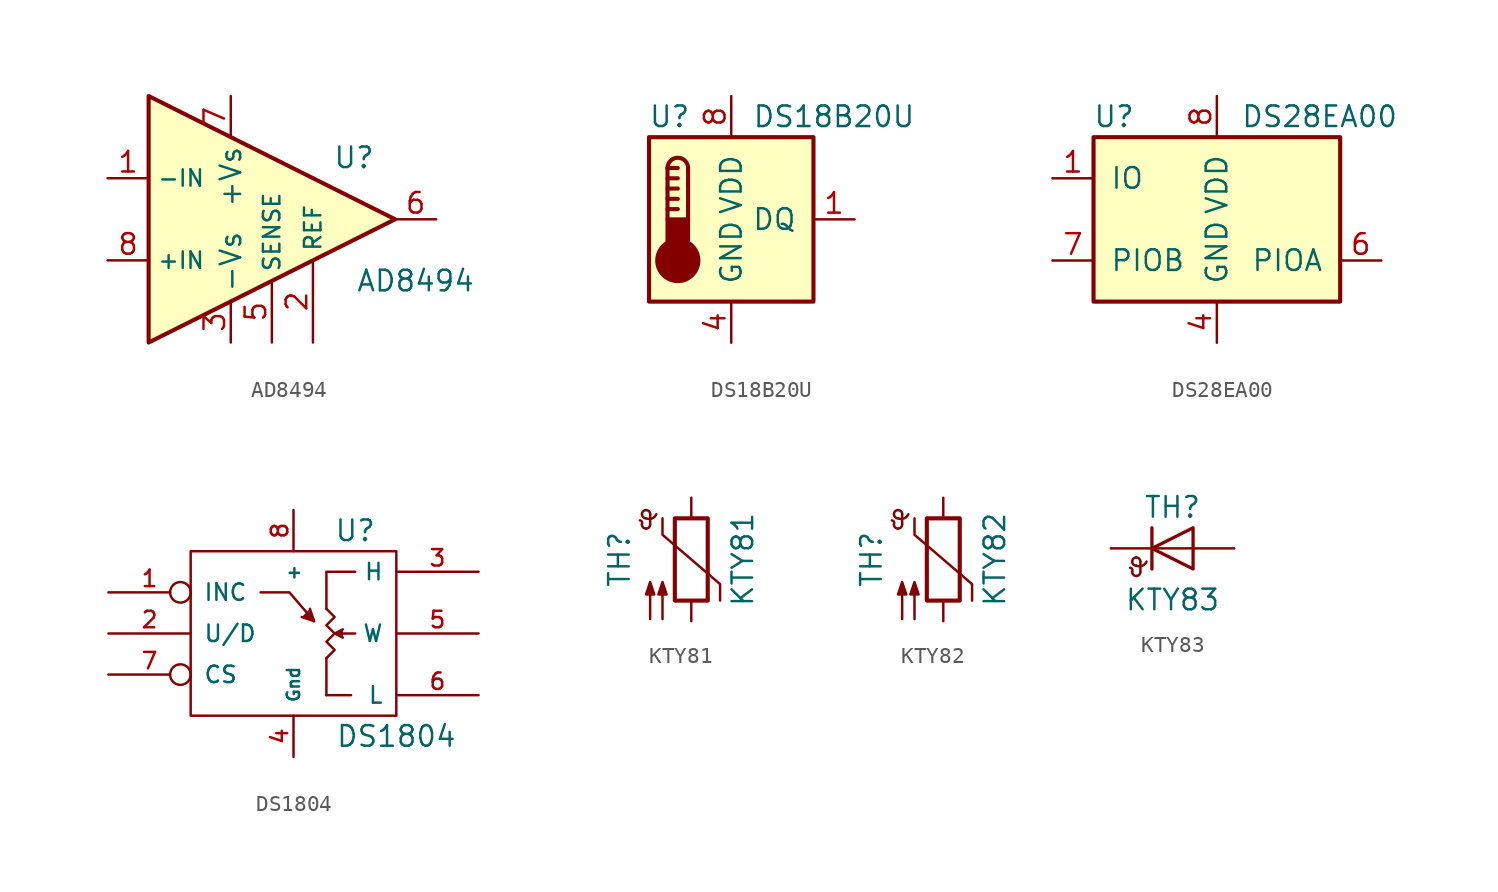
<source format=kicad_sym>
(kicad_symbol_lib
  (version 20201005)
  (generator kicad_symbol_editor)
  (symbol "AD8494"
    (property "Reference" "U"
      (at 5.08 3.81 0)
      (effects (font (size 1.27 1.27))))
    (property "Value" "AD8494"
      (at 8.89 -3.81 0)
      (effects (font (size 1.27 1.27))))
    (symbol "AD8494_0_1"
      (polyline (pts (xy -7.62 7.62) (xy 7.62 0) (xy -7.62 -7.62) (xy -7.62 7.62)) (stroke (width 0.254)) (fill (type background))))
    (symbol "AD8494_1_1"
      (pin input line (at -10.16 2.54 0) (length 2.54) (name "-IN" (effects (font (size 1.016 1.016)))) (number "1" (effects (font (size 1.27 1.27)))))
      (pin input line (at 2.54 -7.62 90) (length 5.08) (name "REF" (effects (font (size 1.016 1.016)))) (number "2" (effects (font (size 1.27 1.27)))))
      (pin power_in line (at -2.54 -7.62 90) (length 2.54) (name "-Vs" (effects (font (size 1.27 1.27)))) (number "3" (effects (font (size 1.27 1.27)))))
      (pin no_connect line (at -5.08 0 180) (length 2.54) hide (name "NC" (effects (font (size 1.27 1.27)))) (number "4" (effects (font (size 1.27 1.27)))))
      (pin passive line (at 0 -7.62 90) (length 3.81) (name "SENSE" (effects (font (size 1.016 1.016)))) (number "5" (effects (font (size 1.27 1.27)))))
      (pin output line (at 10.16 0 180) (length 2.54) (name "~" (effects (font (size 1.27 1.27)))) (number "6" (effects (font (size 1.27 1.27)))))
      (pin power_in line (at -2.54 7.62 270) (length 2.54) (name "+Vs" (effects (font (size 1.27 1.27)))) (number "7" (effects (font (size 1.27 1.27)))))
      (pin input line (at -10.16 -2.54 0) (length 2.54) (name "+IN" (effects (font (size 1.016 1.016)))) (number "8" (effects (font (size 1.27 1.27)))))))
  (symbol "DS18B20U"
    (pin_names
      (offset 1.016))
    (property "Reference" "U"
      (at -3.81 6.35 0)
      (effects (font (size 1.27 1.27))))
    (property "Value" "DS18B20U"
      (at 6.35 6.35 0)
      (effects (font (size 1.27 1.27))))
    (symbol "DS18B20U_0_1"
      (arc (start -2.667 3.175) (end -3.937 3.175) (radius (at -3.302 3.175) (length 0.635) (angles 0.1 179.9)) (stroke (width 0.254)) (fill (type none)))
      (circle (center -3.302 -2.54) (radius 1.27) (stroke (width 0.254)) (fill (type outline)))
      (rectangle (start -5.08 5.08) (end 5.08 -5.08) (stroke (width 0.254)) (fill (type background)))
      (rectangle (start -2.667 -1.905) (end -3.937 0) (stroke (width 0.254)) (fill (type outline)))
      (polyline (pts (xy -3.937 0.635) (xy -3.302 0.635)) (stroke (width 0.254)) (fill (type none)))
      (polyline (pts (xy -3.937 1.27) (xy -3.302 1.27)) (stroke (width 0.254)) (fill (type none)))
      (polyline (pts (xy -3.937 1.905) (xy -3.302 1.905)) (stroke (width 0.254)) (fill (type none)))
      (polyline (pts (xy -3.937 2.54) (xy -3.302 2.54)) (stroke (width 0.254)) (fill (type none)))
      (polyline (pts (xy -3.937 3.175) (xy -3.937 0)) (stroke (width 0.254)) (fill (type none)))
      (polyline (pts (xy -3.937 3.175) (xy -3.302 3.175)) (stroke (width 0.254)) (fill (type none)))
      (polyline (pts (xy -2.667 3.175) (xy -2.667 0)) (stroke (width 0.254)) (fill (type none))))
    (symbol "DS18B20U_1_1"
      (pin bidirectional line (at 7.62 0 180) (length 2.54) (name "DQ" (effects (font (size 1.27 1.27)))) (number "1" (effects (font (size 1.27 1.27)))))
      (pin no_connect line (at -7.62 2.54 0) (length 2.54) hide (name "NC" (effects (font (size 1.27 1.27)))) (number "2" (effects (font (size 1.27 1.27)))))
      (pin no_connect line (at -7.62 0 0) (length 2.54) hide (name "NC" (effects (font (size 1.27 1.27)))) (number "3" (effects (font (size 1.27 1.27)))))
      (pin power_in line (at 0 -7.62 90) (length 2.54) (name "GND" (effects (font (size 1.27 1.27)))) (number "4" (effects (font (size 1.27 1.27)))))
      (pin no_connect line (at -7.62 -2.54 0) (length 2.54) hide (name "NC" (effects (font (size 1.27 1.27)))) (number "5" (effects (font (size 1.27 1.27)))))
      (pin no_connect line (at 7.62 2.54 180) (length 2.54) hide (name "NC" (effects (font (size 1.27 1.27)))) (number "6" (effects (font (size 1.27 1.27)))))
      (pin no_connect line (at 7.62 -2.54 180) (length 2.54) hide (name "NC" (effects (font (size 1.27 1.27)))) (number "7" (effects (font (size 1.27 1.27)))))
      (pin power_in line (at 0 7.62 270) (length 2.54) (name "VDD" (effects (font (size 1.27 1.27)))) (number "8" (effects (font (size 1.27 1.27)))))))
  (symbol "DS28EA00"
    (pin_names
      (offset 1.016))
    (property "Reference" "U"
      (at -6.35 6.35 0)
      (effects (font (size 1.27 1.27))))
    (property "Value" "DS28EA00"
      (at 6.35 6.35 0)
      (effects (font (size 1.27 1.27))))
    (symbol "DS28EA00_0_1"
      (rectangle (start -7.62 5.08) (end 7.62 -5.08) (stroke (width 0.254)) (fill (type background))))
    (symbol "DS28EA00_1_1"
      (pin bidirectional line (at -10.16 2.54 0) (length 2.54) (name "IO" (effects (font (size 1.27 1.27)))) (number "1" (effects (font (size 1.27 1.27)))))
      (pin no_connect line (at -10.16 0 0) (length 2.54) hide (name "NC" (effects (font (size 1.27 1.27)))) (number "2" (effects (font (size 1.27 1.27)))))
      (pin no_connect line (at 10.16 2.54 180) (length 2.54) hide (name "NC" (effects (font (size 1.27 1.27)))) (number "3" (effects (font (size 1.27 1.27)))))
      (pin power_in line (at 0 -7.62 90) (length 2.54) (name "GND" (effects (font (size 1.27 1.27)))) (number "4" (effects (font (size 1.27 1.27)))))
      (pin no_connect line (at 10.16 0 180) (length 2.54) hide (name "NC" (effects (font (size 1.27 1.27)))) (number "5" (effects (font (size 1.27 1.27)))))
      (pin bidirectional line (at 10.16 -2.54 180) (length 2.54) (name "PIOA" (effects (font (size 1.27 1.27)))) (number "6" (effects (font (size 1.27 1.27)))))
      (pin bidirectional line (at -10.16 -2.54 0) (length 2.54) (name "PIOB" (effects (font (size 1.27 1.27)))) (number "7" (effects (font (size 1.27 1.27)))))
      (pin power_in line (at 0 7.62 270) (length 2.54) (name "VDD" (effects (font (size 1.27 1.27)))) (number "8" (effects (font (size 1.27 1.27)))))))
  (symbol "DS1804"
    (pin_names
      (offset 0.762))
    (property "Reference" "U"
      (at 3.81 6.35 0)
      (effects (font (size 1.27 1.27))))
    (property "Value" "DS1804"
      (at 6.35 -6.35 0)
      (effects (font (size 1.27 1.27))))
    (symbol "DS1804_0_1"
      (rectangle (start -6.35 5.08) (end 6.35 -5.08) (stroke (width 0)) (fill (type none)))
      (polyline (pts (xy 2.032 -1.524) (xy 2.032 -3.81)) (stroke (width 0)) (fill (type none)))
      (polyline (pts (xy 3.556 -3.81) (xy 2.032 -3.81)) (stroke (width 0)) (fill (type none)))
      (polyline (pts (xy 3.81 0) (xy 3.048 0)) (stroke (width 0)) (fill (type none)))
      (polyline (pts (xy -2.032 2.54) (xy -0.254 2.54) (xy 1.27 0.762)) (stroke (width 0)) (fill (type none)))
      (polyline (pts (xy 1.016 1.524) (xy 1.27 0.762) (xy 0.508 1.016)) (stroke (width 0)) (fill (type outline)))
      (polyline (pts (xy 2.032 1.524) (xy 2.032 3.81) (xy 3.81 3.81)) (stroke (width 0)) (fill (type none)))
      (polyline (pts (xy 3.048 -0.254) (xy 2.54 0) (xy 3.048 0.254)) (stroke (width 0)) (fill (type outline)))
      (polyline (pts (xy 2.54 0) (xy 2.032 0.508) (xy 2.54 1.016) (xy 2.032 1.524)) (stroke (width 0)) (fill (type none)))
      (polyline (pts (xy 2.54 0) (xy 2.032 -0.508) (xy 2.54 -1.016) (xy 2.032 -1.524) (xy 2.032 -1.524)) (stroke (width 0)) (fill (type none))))
    (symbol "DS1804_1_1"
      (pin input inverted (at -11.43 2.54 0) (length 5.08) (name "INC" (effects (font (size 1.016 1.016)))) (number "1" (effects (font (size 1.016 1.016)))))
      (pin input line (at -11.43 0 0) (length 5.08) (name "U/D" (effects (font (size 1.016 1.016)))) (number "2" (effects (font (size 1.016 1.016)))))
      (pin passive line (at 11.43 3.81 180) (length 5.08) (name "H" (effects (font (size 1.016 1.016)))) (number "3" (effects (font (size 1.016 1.016)))))
      (pin power_in line (at 0 -7.62 90) (length 2.54) (name "Gnd" (effects (font (size 0.762 0.762)))) (number "4" (effects (font (size 1.016 1.016)))))
      (pin passive line (at 11.43 0 180) (length 5.08) (name "W" (effects (font (size 1.016 1.016)))) (number "5" (effects (font (size 1.016 1.016)))))
      (pin passive line (at 11.43 -3.81 180) (length 5.08) (name "L" (effects (font (size 1.016 1.016)))) (number "6" (effects (font (size 1.016 1.016)))))
      (pin input inverted (at -11.43 -2.54 0) (length 5.08) (name "CS" (effects (font (size 1.016 1.016)))) (number "7" (effects (font (size 1.016 1.016)))))
      (pin power_in line (at 0 7.62 270) (length 2.54) (name "+" (effects (font (size 0.762 0.762)))) (number "8" (effects (font (size 1.016 1.016)))))))
  (symbol "KTY81"
    (pin_numbers hide)
    (pin_names
      (offset 0))
    (property "Reference" "TH"
      (at -4.445 0 90)
      (effects (font (size 1.27 1.27))))
    (property "Value" "KTY81"
      (at 3.175 0 90)
      (effects (font (size 1.27 1.27))))
    (symbol "KTY81_0_1"
      (arc (start -3.048 2.159) (end -3.175 2.413) (radius (at -3.2004 2.2352) (length 0.1778) (angles -26.5 81.8)) (stroke (width 0)) (fill (type none)))
      (arc (start -3.048 2.159) (end -2.794 1.905) (radius (at -2.794 2.159) (length 0.254) (angles 180 -90)) (stroke (width 0)) (fill (type none)))
      (arc (start -2.794 1.905) (end -2.54 2.159) (radius (at -2.794 2.159) (length 0.254) (angles -90 0)) (stroke (width 0)) (fill (type none)))
      (arc (start -2.54 2.794) (end -2.794 3.048) (radius (at -2.794 2.794) (length 0.254) (angles 0 90)) (stroke (width 0)) (fill (type none)))
      (arc (start -2.794 3.048) (end -3.048 2.794) (radius (at -2.794 2.794) (length 0.254) (angles 90 180)) (stroke (width 0)) (fill (type none)))
      (arc (start -3.048 2.794) (end -2.794 2.54) (radius (at -2.794 2.794) (length 0.254) (angles 180 -90)) (stroke (width 0)) (fill (type none)))
      (arc (start -2.794 2.54) (end -2.159 2.794) (radius (at -2.6416 3.0226) (length 0.508) (angles -107.5 -25.3)) (stroke (width 0)) (fill (type none)))
      (rectangle (start -1.016 2.54) (end 1.016 -2.54) (stroke (width 0.254)) (fill (type none)))
      (polyline (pts (xy -2.54 2.159) (xy -2.54 2.794)) (stroke (width 0)) (fill (type none)))
      (polyline (pts (xy -1.778 2.54) (xy -1.778 1.524) (xy 1.778 -1.524) (xy 1.778 -2.54)) (stroke (width 0)) (fill (type none)))
      (polyline (pts (xy -2.54 -3.683) (xy -2.54 -1.397) (xy -2.794 -2.159) (xy -2.286 -2.159) (xy -2.54 -1.397) (xy -2.54 -1.651)) (stroke (width 0)) (fill (type outline)))
      (polyline (pts (xy -1.778 -3.683) (xy -1.778 -1.397) (xy -2.032 -2.159) (xy -1.524 -2.159) (xy -1.778 -1.397) (xy -1.778 -1.651)) (stroke (width 0)) (fill (type outline))))
    (symbol "KTY81_1_1"
      (pin passive line (at 0 3.81 270) (length 1.27) (name "~" (effects (font (size 1.27 1.27)))) (number "1" (effects (font (size 1.27 1.27)))))
      (pin passive line (at 0 -3.81 90) (length 1.27) (name "~" (effects (font (size 1.27 1.27)))) (number "2" (effects (font (size 1.27 1.27)))))))
  (symbol "KTY82"
    (pin_numbers hide)
    (pin_names
      (offset 0))
    (property "Reference" "TH"
      (at -4.445 0 90)
      (effects (font (size 1.27 1.27))))
    (property "Value" "KTY82"
      (at 3.175 0 90)
      (effects (font (size 1.27 1.27))))
    (symbol "KTY82_0_1"
      (arc (start -3.048 2.159) (end -3.175 2.413) (radius (at -3.2004 2.2352) (length 0.1778) (angles -26.5 81.8)) (stroke (width 0)) (fill (type none)))
      (arc (start -3.048 2.159) (end -2.794 1.905) (radius (at -2.794 2.159) (length 0.254) (angles 180 -90)) (stroke (width 0)) (fill (type none)))
      (arc (start -2.794 1.905) (end -2.54 2.159) (radius (at -2.794 2.159) (length 0.254) (angles -90 0)) (stroke (width 0)) (fill (type none)))
      (arc (start -2.54 2.794) (end -2.794 3.048) (radius (at -2.794 2.794) (length 0.254) (angles 0 90)) (stroke (width 0)) (fill (type none)))
      (arc (start -2.794 3.048) (end -3.048 2.794) (radius (at -2.794 2.794) (length 0.254) (angles 90 180)) (stroke (width 0)) (fill (type none)))
      (arc (start -3.048 2.794) (end -2.794 2.54) (radius (at -2.794 2.794) (length 0.254) (angles 180 -90)) (stroke (width 0)) (fill (type none)))
      (arc (start -2.794 2.54) (end -2.159 2.794) (radius (at -2.6416 3.0226) (length 0.508) (angles -107.5 -25.3)) (stroke (width 0)) (fill (type none)))
      (rectangle (start -1.016 2.54) (end 1.016 -2.54) (stroke (width 0.254)) (fill (type none)))
      (polyline (pts (xy -2.54 2.159) (xy -2.54 2.794)) (stroke (width 0)) (fill (type none)))
      (polyline (pts (xy -1.778 2.54) (xy -1.778 1.524) (xy 1.778 -1.524) (xy 1.778 -2.54)) (stroke (width 0)) (fill (type none)))
      (polyline (pts (xy -2.54 -3.683) (xy -2.54 -1.397) (xy -2.794 -2.159) (xy -2.286 -2.159) (xy -2.54 -1.397) (xy -2.54 -1.651)) (stroke (width 0)) (fill (type outline)))
      (polyline (pts (xy -1.778 -3.683) (xy -1.778 -1.397) (xy -2.032 -2.159) (xy -1.524 -2.159) (xy -1.778 -1.397) (xy -1.778 -1.651)) (stroke (width 0)) (fill (type outline))))
    (symbol "KTY82_1_1"
      (pin passive line (at 0 3.81 270) (length 1.27) (name "~" (effects (font (size 1.27 1.27)))) (number "1" (effects (font (size 1.27 1.27)))))
      (pin passive line (at 0 -3.81 90) (length 1.27) (name "~" (effects (font (size 1.27 1.27)))) (number "2" (effects (font (size 1.27 1.27)))))))
  (symbol "KTY83"
    (pin_numbers hide)
    (pin_names
      (offset 0) hide)
    (property "Reference" "TH"
      (at 0 2.54 0)
      (effects (font (size 1.27 1.27))))
    (property "Value" "KTY83"
      (at 0 -3.175 0)
      (effects (font (size 1.27 1.27))))
    (symbol "KTY83_0_1"
      (arc (start -2.4892 -1.4478) (end -2.6162 -1.1938) (radius (at -2.6416 -1.3716) (length 0.1778) (angles -26.5 81.8)) (stroke (width 0)) (fill (type none)))
      (arc (start -2.4892 -1.4478) (end -2.2352 -1.7018) (radius (at -2.2352 -1.4478) (length 0.254) (angles 180 -90)) (stroke (width 0)) (fill (type none)))
      (arc (start -2.2352 -1.7018) (end -1.9812 -1.4478) (radius (at -2.2352 -1.4478) (length 0.254) (angles -90 0)) (stroke (width 0)) (fill (type none)))
      (arc (start -1.9812 -0.8128) (end -2.2352 -0.5588) (radius (at -2.2352 -0.8128) (length 0.254) (angles 0 90)) (stroke (width 0)) (fill (type none)))
      (arc (start -2.2352 -0.5588) (end -2.4892 -0.8128) (radius (at -2.2352 -0.8128) (length 0.254) (angles 90 180)) (stroke (width 0)) (fill (type none)))
      (arc (start -2.4892 -0.8128) (end -2.2352 -1.0668) (radius (at -2.2352 -0.8128) (length 0.254) (angles 180 -90)) (stroke (width 0)) (fill (type none)))
      (arc (start -2.2352 -1.0668) (end -1.6002 -0.8128) (radius (at -2.0828 -0.5842) (length 0.508) (angles -107.5 -25.3)) (stroke (width 0)) (fill (type none)))
      (polyline (pts (xy -1.981 -1.422) (xy -1.981 -0.813)) (stroke (width 0)) (fill (type none)))
      (polyline (pts (xy -1.27 1.27) (xy -1.27 -1.27)) (stroke (width 0.203)) (fill (type none)))
      (polyline (pts (xy 1.27 0) (xy -1.27 0)) (stroke (width 0)) (fill (type none)))
      (polyline (pts (xy 1.27 -1.27) (xy 1.27 1.27) (xy -1.27 0) (xy 1.27 -1.27)) (stroke (width 0.203)) (fill (type none))))
    (symbol "KTY83_1_1"
      (pin passive line (at -3.81 0 0) (length 2.54) (name "K" (effects (font (size 1.27 1.27)))) (number "1" (effects (font (size 1.27 1.27)))))
      (pin passive line (at 3.81 0 180) (length 2.54) (name "A" (effects (font (size 1.27 1.27)))) (number "2" (effects (font (size 1.27 1.27))))))))
</source>
